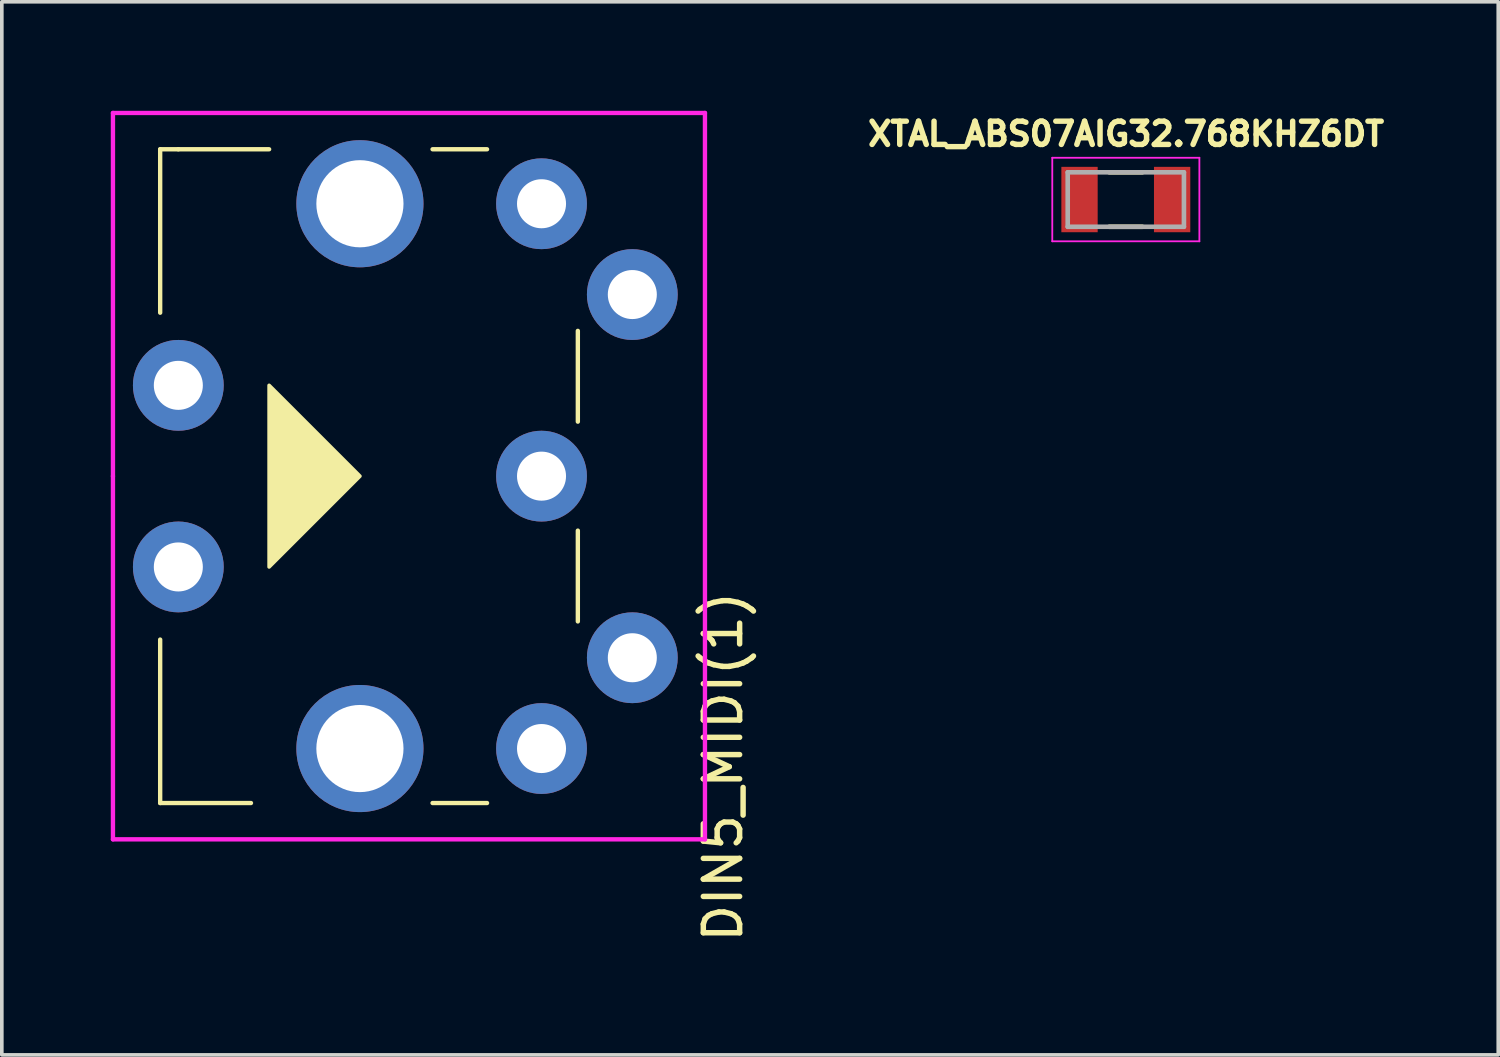
<source format=kicad_pcb>
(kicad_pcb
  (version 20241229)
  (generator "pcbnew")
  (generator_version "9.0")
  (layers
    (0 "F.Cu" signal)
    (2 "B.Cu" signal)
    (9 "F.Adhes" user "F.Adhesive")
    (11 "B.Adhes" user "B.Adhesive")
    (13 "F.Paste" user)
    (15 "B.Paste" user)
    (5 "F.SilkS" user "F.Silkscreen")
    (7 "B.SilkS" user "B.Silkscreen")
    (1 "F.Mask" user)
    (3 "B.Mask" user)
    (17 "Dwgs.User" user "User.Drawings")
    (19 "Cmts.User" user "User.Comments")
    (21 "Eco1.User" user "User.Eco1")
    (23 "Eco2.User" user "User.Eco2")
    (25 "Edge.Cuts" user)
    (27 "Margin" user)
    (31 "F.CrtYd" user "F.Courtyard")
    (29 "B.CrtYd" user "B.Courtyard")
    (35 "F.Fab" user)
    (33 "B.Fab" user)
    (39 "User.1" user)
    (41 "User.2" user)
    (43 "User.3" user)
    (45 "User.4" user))
  (footprint "DIN5_MIDI(1)"
    (layer "F.Cu")
    (at 11.86 10.06)
    (property "Reference" "DIN5_MIDI(1)" (at 5 8 90) (layer "F.SilkS") (effects (font (size 1 1) (thickness 0.15))))
    (attr through_hole)
    (fp_line (start -10.5 -9) (end -10.5 -4.5) (stroke (width 0.12) (type solid)) (layer "F.SilkS"))
    (fp_line (start -10.5 9) (end -10.5 4.5) (stroke (width 0.12) (type solid)) (layer "F.SilkS"))
    (fp_line (start -10.5 9) (end -8 9) (stroke (width 0.12) (type solid)) (layer "F.SilkS"))
    (fp_line (start -10 -9) (end -10.5 -9) (stroke (width 0.12) (type solid)) (layer "F.SilkS"))
    (fp_line (start -10 -9) (end -7.5 -9) (stroke (width 0.12) (type solid)) (layer "F.SilkS"))
    (fp_line (start -3 -9) (end -1.5 -9) (stroke (width 0.12) (type solid)) (layer "F.SilkS"))
    (fp_line (start -3 9) (end -1.5 9) (stroke (width 0.12) (type solid)) (layer "F.SilkS"))
    (fp_line (start 1 -4) (end 1 -1.5) (stroke (width 0.12) (type solid)) (layer "F.SilkS"))
    (fp_line (start 1 1.5) (end 1 4) (stroke (width 0.12) (type solid)) (layer "F.SilkS"))
    (fp_poly (pts (xy -5 0) (xy -7.5 2.5) (xy -7.5 -2.5)) (stroke (width 0.1) (type solid)) (fill yes) (layer "F.SilkS"))
    (fp_line (start -11.8 0) (end -11.8 -10) (stroke (width 0.12) (type solid)) (layer "F.CrtYd"))
    (fp_line (start -11.8 0) (end -11.8 10) (stroke (width 0.12) (type solid)) (layer "F.CrtYd"))
    (fp_line (start -11.8 10) (end 4.5 10) (stroke (width 0.12) (type solid)) (layer "F.CrtYd"))
    (fp_line (start 4.5 -10) (end -11.8 -10) (stroke (width 0.12) (type solid)) (layer "F.CrtYd"))
    (fp_line (start 4.5 10) (end 4.5 -10) (stroke (width 0.12) (type solid)) (layer "F.CrtYd"))
    (pad "" thru_hole circle (at -5 -7.5) (size 3.5 3.5) (drill 2.4) (layers "*.Cu" "*.Mask"))
    (pad "" thru_hole circle (at -5 7.5) (size 3.5 3.5) (drill 2.4) (layers "*.Cu" "*.Mask"))
    (pad "1" thru_hole circle (at 0 7.5) (size 2.5 2.5) (drill 1.35) (layers "*.Cu" "*.Mask"))
    (pad "2" thru_hole circle (at 0 0) (size 2.5 2.5) (drill 1.35) (layers "*.Cu" "*.Mask"))
    (pad "3" thru_hole circle (at 0 -7.5) (size 2.5 2.5) (drill 1.35) (layers "*.Cu" "*.Mask"))
    (pad "4" thru_hole circle (at 2.5 5) (size 2.5 2.5) (drill 1.35) (layers "*.Cu" "*.Mask"))
    (pad "5" thru_hole circle (at 2.5 -5) (size 2.5 2.5) (drill 1.35) (layers "*.Cu" "*.Mask"))
    (pad "G" thru_hole circle (at -10 -2.5) (size 2.5 2.5) (drill 1.35) (layers "*.Cu" "*.Mask"))
    (pad "G" thru_hole circle (at -10 2.5) (size 2.5 2.5) (drill 1.35) (layers "*.Cu" "*.Mask")))
  (footprint "XTAL_ABS07AIG32.768KHZ6DT"
    (layer "F.Cu")
    (at 27.948 2.444)
    (property "Reference" "XTAL_ABS07AIG32.768KHZ6DT" (at 0.007 -1.806 0) (layer "F.SilkS") (effects (font (size 0.64 0.64) (thickness 0.15))))
    (attr smd)
    (fp_line (start -0.455 -0.75) (end 0.455 -0.75) (stroke (width 0.127) (type solid)) (layer "F.SilkS"))
    (fp_line (start -0.455 0.75) (end 0.455 0.75) (stroke (width 0.127) (type solid)) (layer "F.SilkS"))
    (fp_line (start -2.025 -1.15) (end -2.025 1.15) (stroke (width 0.05) (type solid)) (layer "F.CrtYd"))
    (fp_line (start -2.025 1.15) (end 2.025 1.15) (stroke (width 0.05) (type solid)) (layer "F.CrtYd"))
    (fp_line (start 2.025 -1.15) (end -2.025 -1.15) (stroke (width 0.05) (type solid)) (layer "F.CrtYd"))
    (fp_line (start 2.025 1.15) (end 2.025 -1.15) (stroke (width 0.05) (type solid)) (layer "F.CrtYd"))
    (fp_line (start -1.6 -0.75) (end -1.6 0.75) (stroke (width 0.127) (type solid)) (layer "F.Fab"))
    (fp_line (start -1.6 -0.75) (end 1.6 -0.75) (stroke (width 0.127) (type solid)) (layer "F.Fab"))
    (fp_line (start -1.6 0.75) (end 1.6 0.75) (stroke (width 0.127) (type solid)) (layer "F.Fab"))
    (fp_line (start 1.6 -0.75) (end 1.6 0.75) (stroke (width 0.127) (type solid)) (layer "F.Fab"))
    (pad "1" smd rect (at -1.275 0) (size 1 1.8) (layers "F.Cu" "F.Mask" "F.Paste"))
    (pad "2" smd rect (at 1.275 0) (size 1 1.8) (layers "F.Cu" "F.Mask" "F.Paste")))
  (gr_rect
    (start -3 -3)
    (end 38.202 25.995)
    (stroke (width 0.1) (type default))
    (fill no)
    (layer "Edge.Cuts")))
</source>
